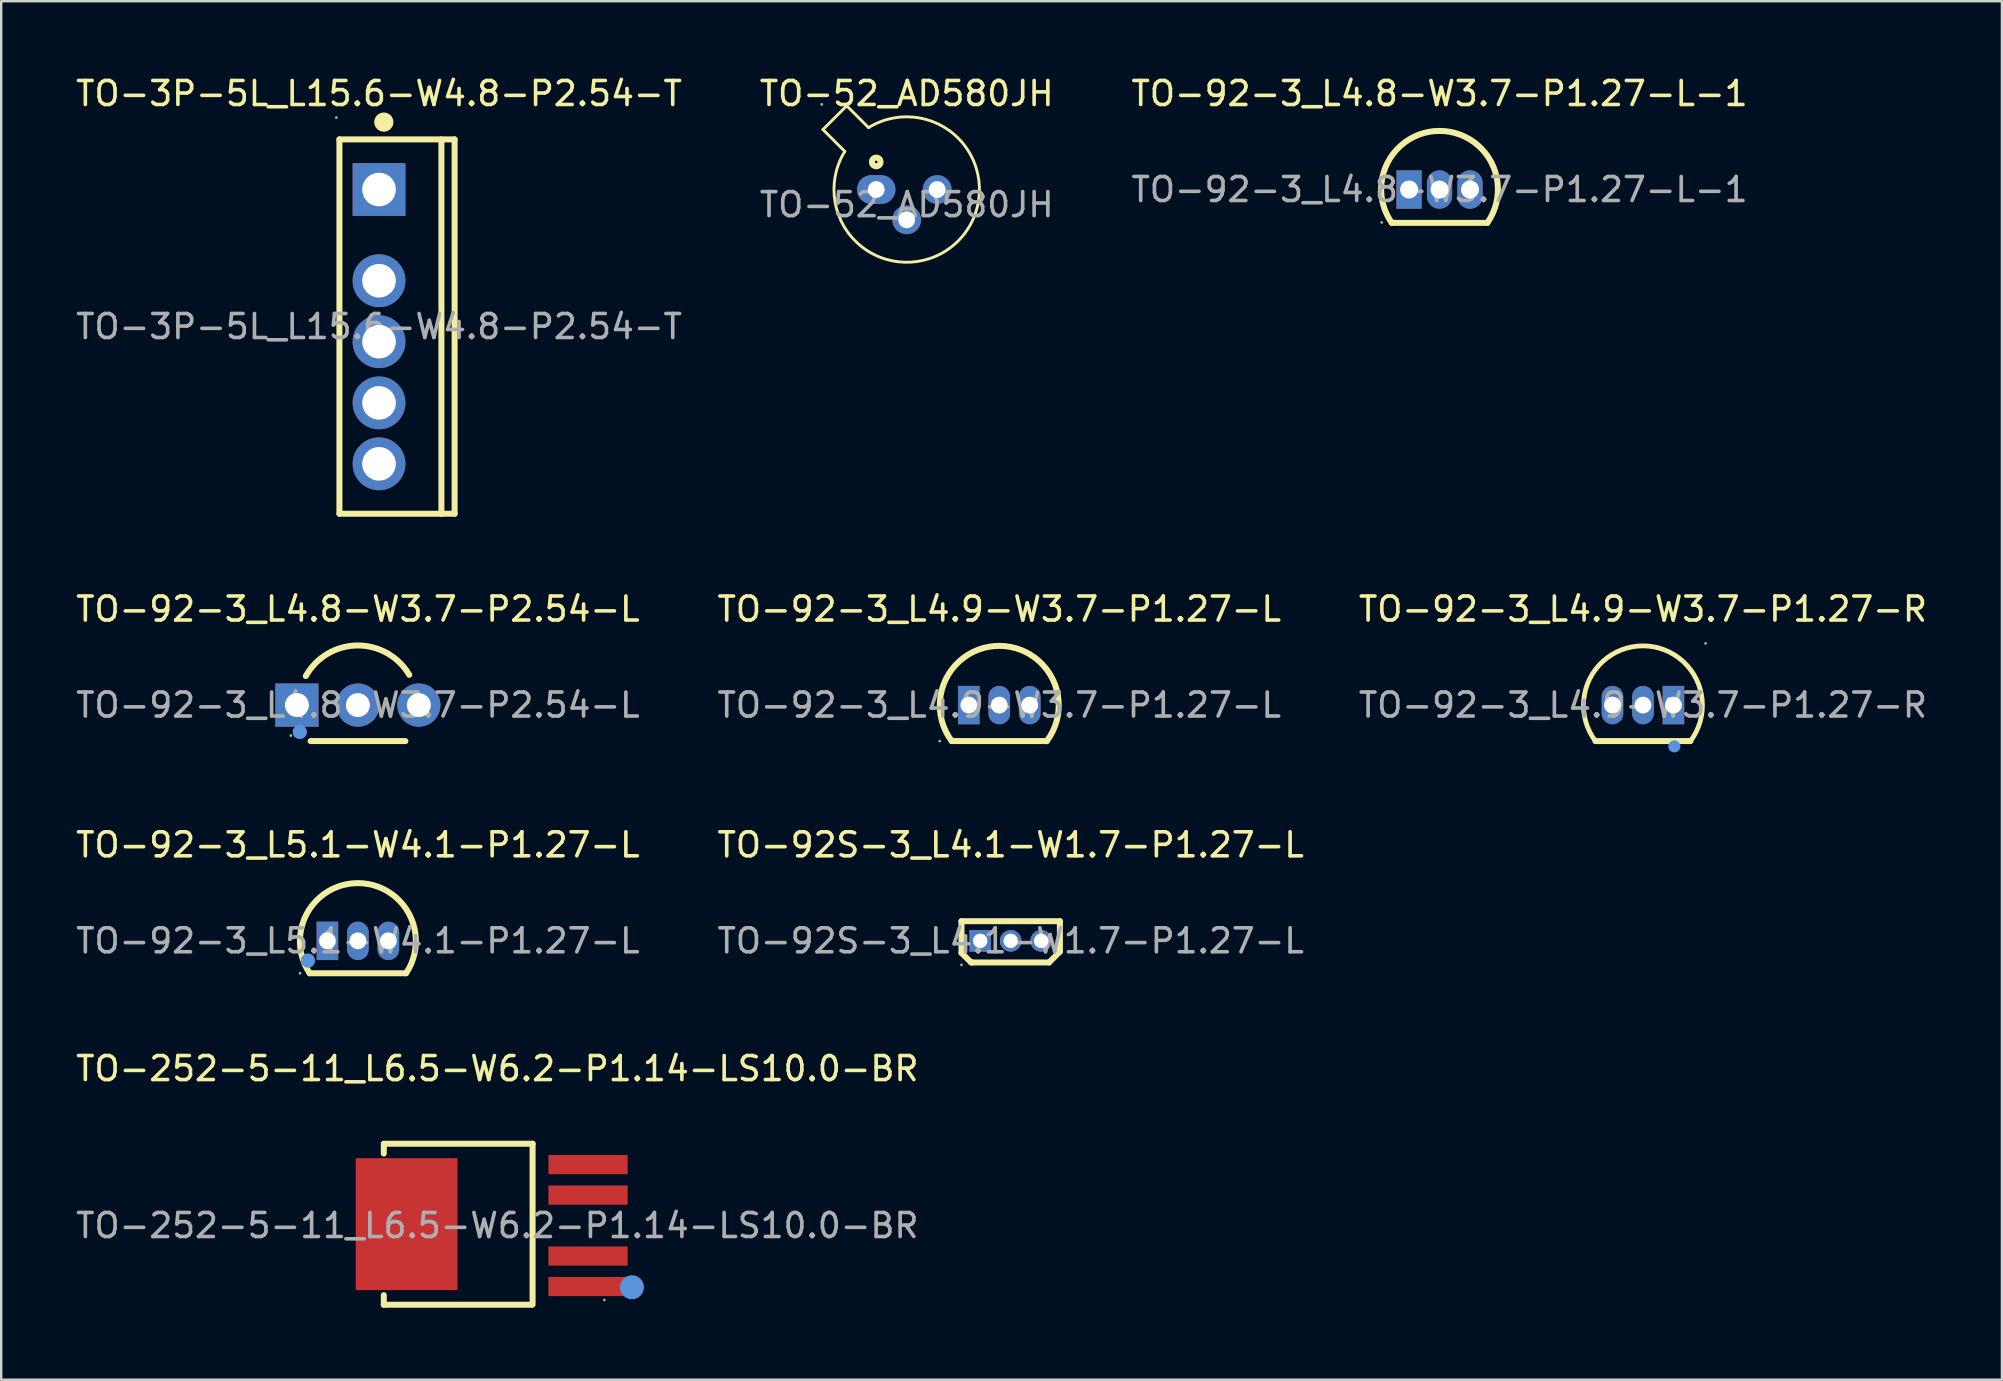
<source format=kicad_pcb>
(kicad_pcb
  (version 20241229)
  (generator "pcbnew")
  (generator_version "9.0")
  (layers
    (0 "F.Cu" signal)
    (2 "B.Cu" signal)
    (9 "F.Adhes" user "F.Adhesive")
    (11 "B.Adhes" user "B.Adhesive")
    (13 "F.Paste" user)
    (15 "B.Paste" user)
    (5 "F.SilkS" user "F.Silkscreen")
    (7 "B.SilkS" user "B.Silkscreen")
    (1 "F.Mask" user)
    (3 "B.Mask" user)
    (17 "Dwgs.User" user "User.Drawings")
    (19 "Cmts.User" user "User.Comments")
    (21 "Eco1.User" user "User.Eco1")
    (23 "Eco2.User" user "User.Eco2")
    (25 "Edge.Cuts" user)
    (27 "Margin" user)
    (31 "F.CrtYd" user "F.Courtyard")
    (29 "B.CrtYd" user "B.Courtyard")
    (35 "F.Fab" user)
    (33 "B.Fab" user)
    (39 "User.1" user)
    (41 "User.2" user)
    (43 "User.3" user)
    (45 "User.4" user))
  (footprint "TO-92-3_L5.1-W4.1-P1.27-L"
    (layer "F.Cu")
    (at 11.863 36.155)
    (property "Reference" "TO-92-3_L5.1-W4.1-P1.27-L" (at 0 -4 0) (layer "F.SilkS") (effects (font (size 1 1) (thickness 0.15))))
    (attr through_hole)
    (fp_line (start -2.01 1.35) (end 2 1.35) (stroke (width 0.25) (type solid)) (layer "F.SilkS"))
    (fp_arc (start -2.01 1.35) (mid 0.000419 -2.405719) (end 2.009535 1.350697) (stroke (width 0.25) (type solid)) (layer "F.SilkS"))
    (fp_circle (center -2.08 0.82) (end -1.93 0.82) (stroke (width 0.3) (type solid)) (fill no) (layer "Cmts.User"))
    (fp_circle (center -2.41 1.35) (end -2.38 1.35) (stroke (width 0.06) (type solid)) (fill no) (layer "F.Fab"))
    (fp_text user "${REFERENCE}" (at 0 0 0) (layer "F.Fab") (effects (font (size 1 1) (thickness 0.15))))
    (pad "1" thru_hole rect (at -1.27 0) (size 0.9 1.6) (drill 0.7) (layers "*.Cu" "*.Paste" "*.Mask"))
    (pad "2" thru_hole oval (at 0 0) (size 0.9 1.6) (drill 0.7) (layers "*.Cu" "*.Paste" "*.Mask"))
    (pad "3" thru_hole oval (at 1.27 0) (size 0.9 1.6) (drill 0.7) (layers "*.Cu" "*.Paste" "*.Mask")))
  (footprint "TO-252-5-11_L6.5-W6.2-P1.14-LS10.0-BR"
    (layer "F.Cu")
    (at 17.673 48.019)
    (property "Reference" "TO-252-5-11_L6.5-W6.2-P1.14-LS10.0-BR" (at 0 -6.54 0) (layer "F.SilkS") (effects (font (size 1 1) (thickness 0.15))))
    (attr through_hole)
    (fp_line (start -4.73 -3.41) (end 1.47 -3.41) (stroke (width 0.25) (type solid)) (layer "F.SilkS"))
    (fp_line (start -4.73 -3.4) (end -4.73 -3) (stroke (width 0.25) (type solid)) (layer "F.SilkS"))
    (fp_line (start -4.73 3.3) (end -4.73 2.9) (stroke (width 0.25) (type solid)) (layer "F.SilkS"))
    (fp_line (start -4.73 3.3) (end 1.44 3.3) (stroke (width 0.25) (type solid)) (layer "F.SilkS"))
    (fp_line (start 1.47 3.29) (end 1.47 -3.41) (stroke (width 0.25) (type solid)) (layer "F.SilkS"))
    (fp_circle (center 5.61 2.57) (end 5.86 2.57) (stroke (width 0.5) (type solid)) (fill no) (layer "Cmts.User"))
    (fp_circle (center 4.46 3.1) (end 4.49 3.1) (stroke (width 0.06) (type solid)) (fill no) (layer "F.Fab"))
    (fp_text user "${REFERENCE}" (at 0 0 0) (layer "F.Fab") (effects (font (size 1 1) (thickness 0.15))))
    (pad "1" smd rect (at 3.78 2.54 90) (size 0.8 3.3) (layers "F.Cu" "F.Mask" "F.Paste"))
    (pad "2" smd rect (at 3.78 1.27 90) (size 0.8 3.3) (layers "F.Cu" "F.Mask" "F.Paste"))
    (pad "4" smd rect (at 3.78 -1.27 90) (size 0.8 3.3) (layers "F.Cu" "F.Mask" "F.Paste"))
    (pad "5" smd rect (at 3.78 -2.54 90) (size 0.8 3.3) (layers "F.Cu" "F.Mask" "F.Paste"))
    (pad "6" smd rect (at -3.78 -0.06 270) (size 5.5 4.24) (layers "F.Cu" "F.Mask" "F.Paste")))
  (footprint "TO-92-3_L4.8-W3.7-P1.27-L-1"
    (layer "F.Cu")
    (at 56.935 4.848)
    (property "Reference" "TO-92-3_L4.8-W3.7-P1.27-L-1" (at 0 -4 0) (layer "F.SilkS") (effects (font (size 1 1) (thickness 0.15))))
    (attr through_hole)
    (fp_line (start 1.99 1.39) (end -1.99 1.39) (stroke (width 0.25) (type solid)) (layer "F.SilkS"))
    (fp_arc (start -1.99 1.39) (mid -0.004547 -2.443121) (end 1.995218 1.382553) (stroke (width 0.25) (type solid)) (layer "F.SilkS"))
    (fp_circle (center -2.41 1.37) (end -2.38 1.37) (stroke (width 0.06) (type solid)) (fill no) (layer "F.Fab"))
    (fp_text user "${REFERENCE}" (at 0 0 0) (layer "F.Fab") (effects (font (size 1 1) (thickness 0.15))))
    (pad "1" thru_hole rect (at -1.27 0) (size 1.05 1.6) (drill 0.75) (layers "*.Cu" "*.Paste" "*.Mask"))
    (pad "2" thru_hole oval (at 0 0) (size 1.05 1.6) (drill 0.75) (layers "*.Cu" "*.Paste" "*.Mask"))
    (pad "3" thru_hole oval (at 1.27 0) (size 1.05 1.6) (drill 0.75) (layers "*.Cu" "*.Paste" "*.Mask")))
  (footprint "TO-92S-3_L4.1-W1.7-P1.27-L"
    (layer "F.Cu")
    (at 39.065 36.155)
    (property "Reference" "TO-92S-3_L4.1-W1.7-P1.27-L" (at 0 -4 0) (layer "F.SilkS") (effects (font (size 1 1) (thickness 0.15))))
    (attr through_hole)
    (fp_line (start -2.05 0.5) (end -2.05 -0.82) (stroke (width 0.25) (type solid)) (layer "F.SilkS"))
    (fp_line (start -1.65 0.9) (end -2.05 0.5) (stroke (width 0.25) (type solid)) (layer "F.SilkS"))
    (fp_line (start -1.6 0.9) (end -1.65 0.9) (stroke (width 0.25) (type solid)) (layer "F.SilkS"))
    (fp_line (start -1.6 0.9) (end 1.6 0.9) (stroke (width 0.25) (type solid)) (layer "F.SilkS"))
    (fp_line (start 1.6 0.9) (end 2.05 0.45) (stroke (width 0.25) (type solid)) (layer "F.SilkS"))
    (fp_line (start 2.05 -0.82) (end -2.05 -0.82) (stroke (width 0.25) (type solid)) (layer "F.SilkS"))
    (fp_line (start 2.05 -0.82) (end 2.05 0.45) (stroke (width 0.25) (type solid)) (layer "F.SilkS"))
    (fp_circle (center -2.05 1) (end -2.02 1) (stroke (width 0.06) (type solid)) (fill no) (layer "F.Fab"))
    (fp_text user "${REFERENCE}" (at 0 0 0) (layer "F.Fab") (effects (font (size 1 1) (thickness 0.15))))
    (pad "1" thru_hole rect (at -1.27 0) (size 0.9 0.9) (drill 0.6) (layers "*.Cu" "*.Paste" "*.Mask"))
    (pad "2" thru_hole circle (at 0 0) (size 0.9 0.9) (drill 0.6) (layers "*.Cu" "*.Paste" "*.Mask"))
    (pad "3" thru_hole circle (at 1.27 0) (size 0.9 0.9) (drill 0.6) (layers "*.Cu" "*.Paste" "*.Mask")))
  (footprint "TO-3P-5L_L15.6-W4.8-P2.54-T"
    (layer "F.Cu")
    (at 12.744 10.558)
    (property "Reference" "TO-3P-5L_L15.6-W4.8-P2.54-T" (at 0 -9.71 0) (layer "F.SilkS") (effects (font (size 1 1) (thickness 0.15))))
    (attr through_hole)
    (fp_line (start -1.65 -7.8) (end 3.15 -7.8) (stroke (width 0.25) (type solid)) (layer "F.SilkS"))
    (fp_line (start -1.65 7.8) (end -1.65 -7.8) (stroke (width 0.25) (type solid)) (layer "F.SilkS"))
    (fp_line (start 2.6 7.8) (end 2.6 -7.8) (stroke (width 0.25) (type solid)) (layer "F.SilkS"))
    (fp_line (start 3.15 -7.8) (end 3.15 7.8) (stroke (width 0.25) (type solid)) (layer "F.SilkS"))
    (fp_line (start 3.15 7.8) (end -1.65 7.8) (stroke (width 0.25) (type solid)) (layer "F.SilkS"))
    (fp_arc (start 0.2 -8.52) (mid 0.2 -8.52) (end 0.2 -8.52) (stroke (width 0.4) (type solid)) (layer "F.SilkS"))
    (fp_circle (center -1.78 -8.71) (end -1.75 -8.71) (stroke (width 0.06) (type solid)) (fill no) (layer "F.Fab"))
    (fp_circle (center 0 -5.71) (end 0.3 -5.71) (stroke (width 0.6) (type solid)) (fill no) (layer "F.Fab"))
    (fp_circle (center 0 -1.91) (end 0.3 -1.91) (stroke (width 0.6) (type solid)) (fill no) (layer "F.Fab"))
    (fp_circle (center 0 0.63) (end 0.3 0.63) (stroke (width 0.6) (type solid)) (fill no) (layer "F.Fab"))
    (fp_circle (center 0 3.18) (end 0.3 3.18) (stroke (width 0.6) (type solid)) (fill no) (layer "F.Fab"))
    (fp_circle (center 0 5.72) (end 0.3 5.72) (stroke (width 0.6) (type solid)) (fill no) (layer "F.Fab"))
    (fp_text user "${REFERENCE}" (at 0 0 0) (layer "F.Fab") (effects (font (size 1 1) (thickness 0.15))))
    (pad "1" thru_hole rect (at 0 -5.71 270) (size 2.2 2.2) (drill 1.4) (layers "*.Cu" "*.Paste" "*.Mask"))
    (pad "2" thru_hole circle (at 0 -1.91 270) (size 2.2 2.2) (drill 1.4) (layers "*.Cu" "*.Paste" "*.Mask"))
    (pad "3" thru_hole circle (at 0 0.63 270) (size 2.2 2.2) (drill 1.4) (layers "*.Cu" "*.Paste" "*.Mask"))
    (pad "4" thru_hole circle (at 0 3.18 270) (size 2.2 2.2) (drill 1.4) (layers "*.Cu" "*.Paste" "*.Mask"))
    (pad "5" thru_hole circle (at 0 5.72 270) (size 2.2 2.2) (drill 1.4) (layers "*.Cu" "*.Paste" "*.Mask")))
  (footprint "TO-92-3_L4.9-W3.7-P1.27-R"
    (layer "F.Cu")
    (at 65.411 26.331)
    (property "Reference" "TO-92-3_L4.9-W3.7-P1.27-R" (at 0 -4 0) (layer "F.SilkS") (effects (font (size 1 1) (thickness 0.15))))
    (attr through_hole)
    (fp_line (start 1.98 1.5) (end -1.98 1.5) (stroke (width 0.25) (type solid)) (layer "F.SilkS"))
    (fp_arc (start -1.98 1.5) (mid 0.002708 -2.468002) (end 1.976739 1.504324) (stroke (width 0.2) (type solid)) (layer "F.SilkS"))
    (fp_circle (center 1.31 1.72) (end 1.44 1.72) (stroke (width 0.25) (type solid)) (fill no) (layer "Cmts.User"))
    (fp_circle (center -1.27 0) (end -1.12 0) (stroke (width 0.3) (type solid)) (fill no) (layer "F.Fab"))
    (fp_circle (center 0 0) (end 0.15 0) (stroke (width 0.3) (type solid)) (fill no) (layer "F.Fab"))
    (fp_circle (center 1.27 0) (end 1.42 0) (stroke (width 0.3) (type solid)) (fill no) (layer "F.Fab"))
    (fp_circle (center 2.61 -2.57) (end 2.64 -2.57) (stroke (width 0.06) (type solid)) (fill no) (layer "F.Fab"))
    (fp_text user "${REFERENCE}" (at 0 0 0) (layer "F.Fab") (effects (font (size 1 1) (thickness 0.15))))
    (pad "1" thru_hole rect (at 1.27 0) (size 0.9 1.6) (drill 0.7) (layers "*.Cu" "*.Paste" "*.Mask"))
    (pad "2" thru_hole oval (at 0 0) (size 0.9 1.6) (drill 0.7) (layers "*.Cu" "*.Paste" "*.Mask"))
    (pad "3" thru_hole oval (at -1.27 0) (size 0.9 1.6) (drill 0.7) (layers "*.Cu" "*.Paste" "*.Mask")))
  (footprint "TO-52_AD580JH"
    (layer "F.Cu")
    (at 34.732 5.478)
    (property "Reference" "TO-52_AD580JH" (at 0 -4.63 0) (layer "F.SilkS") (effects (font (size 1 1) (thickness 0.15))))
    (attr through_hole)
    (fp_line (start -3.49 -3.13) (end -2.58 -2.22) (stroke (width 0.12) (type solid)) (layer "F.SilkS"))
    (fp_line (start -2.5 -4.12) (end -3.49 -3.13) (stroke (width 0.12) (type solid)) (layer "F.SilkS"))
    (fp_line (start -1.59 -3.21) (end -2.5 -4.12) (stroke (width 0.12) (type solid)) (layer "F.SilkS"))
    (fp_arc (start -1.585525 -3.212752) (mid 2.141095 1.51481) (end -2.58 -2.22) (stroke (width 0.12) (type solid)) (layer "F.SilkS"))
    (fp_circle (center -1.27 -1.78) (end -1.09 -1.78) (stroke (width 0.25) (type solid)) (fill no) (layer "F.SilkS"))
    (fp_circle (center -3.54 -4.18) (end -3.51 -4.18) (stroke (width 0.06) (type solid)) (fill no) (layer "F.Fab"))
    (fp_text user "${REFERENCE}" (at 0 0 0) (layer "F.Fab") (effects (font (size 1 1) (thickness 0.15))))
    (pad "1" thru_hole oval (at -1.27 -0.63) (size 1.6 1.2) (drill oval 0.7) (layers "*.Cu" "*.Paste" "*.Mask"))
    (pad "2" thru_hole circle (at 0 0.63) (size 1.2 1.2) (drill oval 0.7) (layers "*.Cu" "*.Paste" "*.Mask"))
    (pad "3" thru_hole circle (at 1.27 -0.63) (size 1.2 1.2) (drill oval 0.7) (layers "*.Cu" "*.Paste" "*.Mask")))
  (footprint "TO-92-3_L4.8-W3.7-P2.54-L"
    (layer "F.Cu")
    (at 11.863 26.331)
    (property "Reference" "TO-92-3_L4.8-W3.7-P2.54-L" (at 0 -4 0) (layer "F.SilkS") (effects (font (size 1 1) (thickness 0.15))))
    (attr through_hole)
    (fp_line (start 1.98 1.5) (end -1.97 1.5) (stroke (width 0.25) (type solid)) (layer "F.SilkS"))
    (fp_arc (start -2.17 -1.21) (mid -0.029521 -2.484377) (end 2.140635 -1.261222) (stroke (width 0.25) (type solid)) (layer "F.SilkS"))
    (fp_circle (center -2.42 1.12) (end -2.27 1.12) (stroke (width 0.3) (type solid)) (fill no) (layer "Cmts.User"))
    (fp_circle (center -2.79 1.27) (end -2.76 1.27) (stroke (width 0.06) (type solid)) (fill no) (layer "F.Fab"))
    (fp_text user "${REFERENCE}" (at 0 0 0) (layer "F.Fab") (effects (font (size 1 1) (thickness 0.15))))
    (pad "1" thru_hole rect (at -2.54 0 270) (size 1.8 1.8) (drill 1) (layers "*.Cu" "*.Paste" "*.Mask"))
    (pad "2" thru_hole oval (at 0 0 270) (size 1.8 1.8) (drill 1) (layers "*.Cu" "*.Paste" "*.Mask"))
    (pad "3" thru_hole oval (at 2.54 0 270) (size 1.8 1.8) (drill 1) (layers "*.Cu" "*.Paste" "*.Mask")))
  (footprint "TO-92-3_L4.9-W3.7-P1.27-L"
    (layer "F.Cu")
    (at 38.589 26.331)
    (property "Reference" "TO-92-3_L4.9-W3.7-P1.27-L" (at 0 -4 0) (layer "F.SilkS") (effects (font (size 1 1) (thickness 0.15))))
    (attr through_hole)
    (fp_line (start 1.98 1.5) (end -1.98 1.5) (stroke (width 0.25) (type solid)) (layer "F.SilkS"))
    (fp_arc (start -1.98 1.5) (mid 0.002708 -2.468002) (end 1.976739 1.504324) (stroke (width 0.25) (type solid)) (layer "F.SilkS"))
    (fp_circle (center -2.48 1.5) (end -2.45 1.5) (stroke (width 0.06) (type solid)) (fill no) (layer "F.Fab"))
    (fp_text user "${REFERENCE}" (at 0 0 0) (layer "F.Fab") (effects (font (size 1 1) (thickness 0.15))))
    (pad "1" thru_hole rect (at -1.27 0) (size 0.9 1.6) (drill 0.7) (layers "*.Cu" "*.Paste" "*.Mask"))
    (pad "2" thru_hole oval (at 0 0) (size 0.9 1.6) (drill 0.7) (layers "*.Cu" "*.Paste" "*.Mask"))
    (pad "3" thru_hole oval (at 1.27 0) (size 0.9 1.6) (drill 0.7) (layers "*.Cu" "*.Paste" "*.Mask")))
  (gr_rect
    (start -3 -3)
    (end 80.369 54.444)
    (stroke (width 0.1) (type default))
    (fill no)
    (layer "Edge.Cuts")))
</source>
